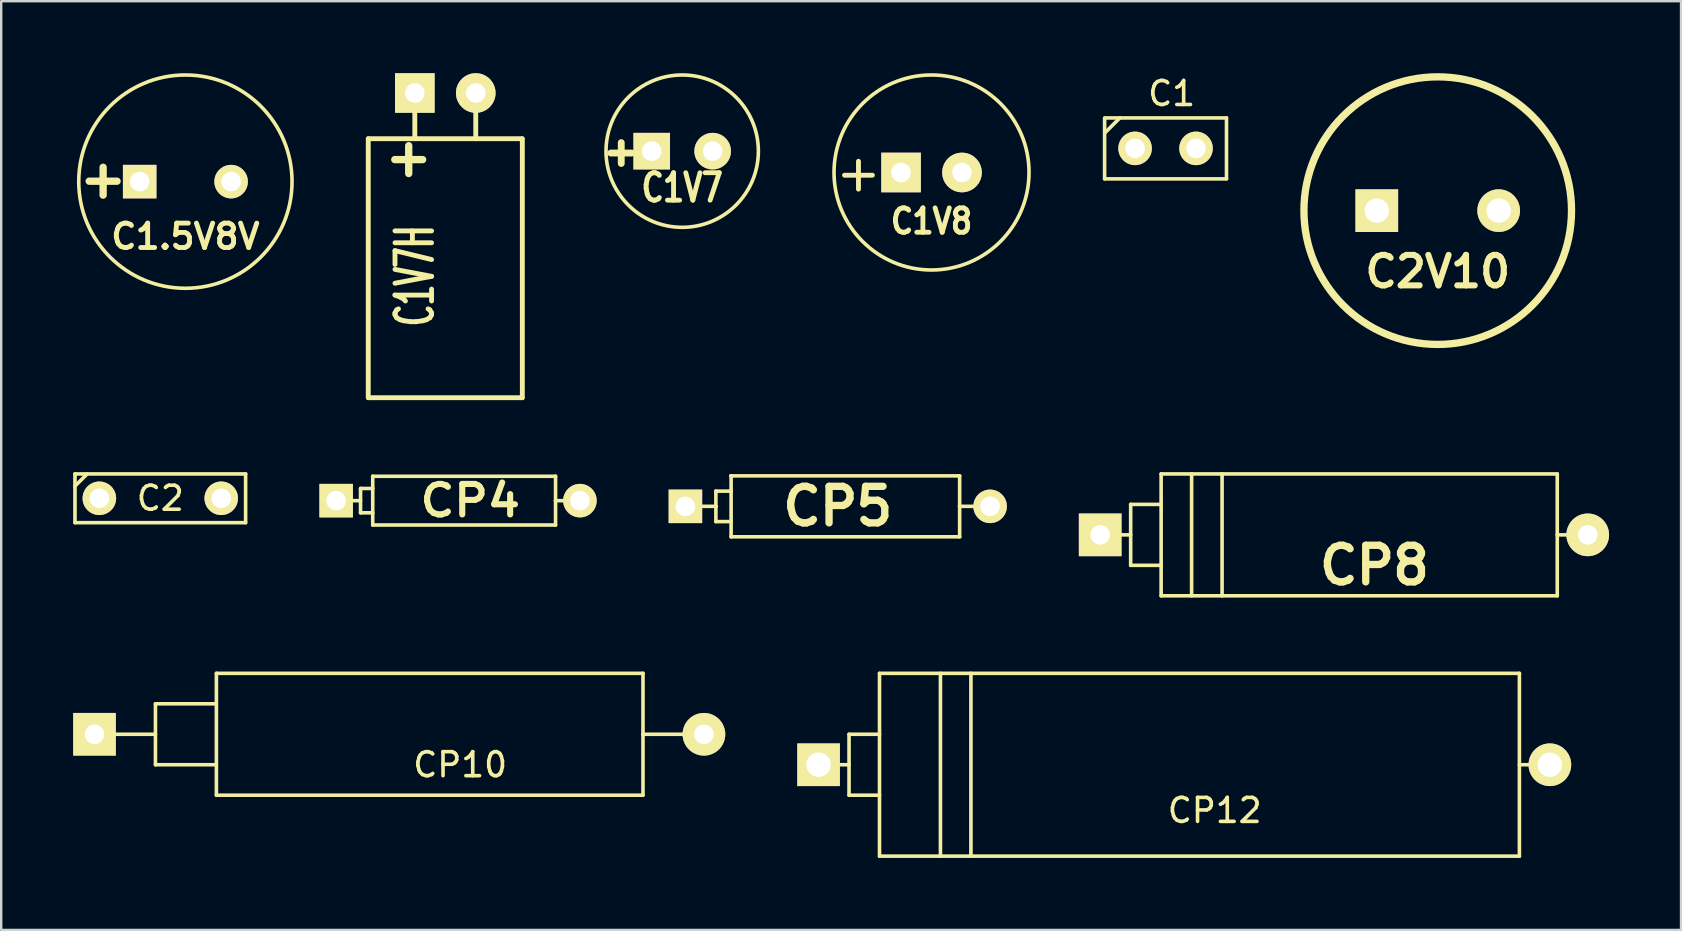
<source format=kicad_pcb>
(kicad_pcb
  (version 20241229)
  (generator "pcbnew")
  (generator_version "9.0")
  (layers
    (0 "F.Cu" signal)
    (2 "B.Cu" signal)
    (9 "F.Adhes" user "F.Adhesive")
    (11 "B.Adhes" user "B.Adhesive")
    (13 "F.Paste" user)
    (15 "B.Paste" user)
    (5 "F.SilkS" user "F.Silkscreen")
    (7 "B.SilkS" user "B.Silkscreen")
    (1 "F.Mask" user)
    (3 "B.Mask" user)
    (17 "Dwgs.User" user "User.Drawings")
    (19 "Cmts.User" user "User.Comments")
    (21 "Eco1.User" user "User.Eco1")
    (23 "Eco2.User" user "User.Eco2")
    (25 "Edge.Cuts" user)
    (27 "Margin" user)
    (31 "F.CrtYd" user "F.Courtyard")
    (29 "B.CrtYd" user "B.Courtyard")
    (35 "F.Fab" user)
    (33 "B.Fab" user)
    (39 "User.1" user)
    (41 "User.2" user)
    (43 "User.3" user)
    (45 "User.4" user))
  (footprint "C2"
    (layer "F.Cu")
    (at 3.631 17.718)
    (property "Reference" "C2" (at 0 0 0) (layer "F.SilkS") (effects (font (size 1 1) (thickness 0.15))))
    (attr through_hole)
    (fp_line (start -3.556 -1.016) (end 3.556 -1.016) (stroke (width 0.15) (type solid)) (layer "F.SilkS"))
    (fp_line (start -3.556 -0.508) (end -3.048 -1.016) (stroke (width 0.15) (type solid)) (layer "F.SilkS"))
    (fp_line (start -3.556 1.016) (end -3.556 -1.016) (stroke (width 0.15) (type solid)) (layer "F.SilkS"))
    (fp_line (start 3.556 -1.016) (end 3.556 1.016) (stroke (width 0.15) (type solid)) (layer "F.SilkS"))
    (fp_line (start 3.556 1.016) (end -3.556 1.016) (stroke (width 0.15) (type solid)) (layer "F.SilkS"))
    (pad "1" thru_hole circle (at -2.54 0) (size 1.397 1.397) (drill 0.813) (layers "*.Cu" "*.Mask" "F.SilkS"))
    (pad "2" thru_hole circle (at 2.54 0) (size 1.397 1.397) (drill 0.813) (layers "*.Cu" "*.Mask" "F.SilkS")))
  (footprint "CP5"
    (layer "F.Cu")
    (at 31.867 18.054)
    (property "Reference" "CP5" (at 0 0 0) (layer "F.SilkS") (effects (font (size 1.524 1.524) (thickness 0.305))))
    (attr through_hole)
    (fp_line (start -6.35 0) (end -6.35 0) (stroke (width 0.15) (type solid)) (layer "F.SilkS"))
    (fp_line (start -6.35 0) (end -5.08 0) (stroke (width 0.15) (type solid)) (layer "F.SilkS"))
    (fp_line (start -5.08 -0.635) (end -5.08 0.635) (stroke (width 0.15) (type solid)) (layer "F.SilkS"))
    (fp_line (start -5.08 0) (end -5.08 0) (stroke (width 0.15) (type solid)) (layer "F.SilkS"))
    (fp_line (start -5.08 0) (end -5.08 0) (stroke (width 0.15) (type solid)) (layer "F.SilkS"))
    (fp_line (start -5.08 0.635) (end -4.445 0.635) (stroke (width 0.15) (type solid)) (layer "F.SilkS"))
    (fp_line (start -4.445 -1.27) (end -4.445 -1.27) (stroke (width 0.15) (type solid)) (layer "F.SilkS"))
    (fp_line (start -4.445 -1.27) (end -4.445 -1.27) (stroke (width 0.15) (type solid)) (layer "F.SilkS"))
    (fp_line (start -4.445 -1.27) (end -4.445 -1.27) (stroke (width 0.15) (type solid)) (layer "F.SilkS"))
    (fp_line (start -4.445 -1.27) (end 5.08 -1.27) (stroke (width 0.15) (type solid)) (layer "F.SilkS"))
    (fp_line (start -4.445 -0.635) (end -5.08 -0.635) (stroke (width 0.15) (type solid)) (layer "F.SilkS"))
    (fp_line (start -4.445 -0.635) (end -4.445 -0.635) (stroke (width 0.15) (type solid)) (layer "F.SilkS"))
    (fp_line (start -4.445 1.27) (end -4.445 -1.27) (stroke (width 0.15) (type solid)) (layer "F.SilkS"))
    (fp_line (start 5.08 -1.27) (end 5.08 1.27) (stroke (width 0.15) (type solid)) (layer "F.SilkS"))
    (fp_line (start 5.08 0) (end 5.08 0) (stroke (width 0.15) (type solid)) (layer "F.SilkS"))
    (fp_line (start 5.08 0) (end 5.08 0) (stroke (width 0.15) (type solid)) (layer "F.SilkS"))
    (fp_line (start 5.08 0) (end 6.35 0) (stroke (width 0.15) (type solid)) (layer "F.SilkS"))
    (fp_line (start 5.08 1.27) (end -4.445 1.27) (stroke (width 0.15) (type solid)) (layer "F.SilkS"))
    (fp_line (start 6.35 0) (end 6.35 0) (stroke (width 0.15) (type solid)) (layer "F.SilkS"))
    (fp_line (start 6.35 0) (end 6.35 0) (stroke (width 0.15) (type solid)) (layer "F.SilkS"))
    (fp_line (start 6.35 0) (end 6.35 0) (stroke (width 0.15) (type solid)) (layer "F.SilkS"))
    (pad "1" thru_hole rect (at -6.35 0) (size 1.397 1.397) (drill 0.813) (layers "*.Cu" "*.Mask" "F.SilkS"))
    (pad "2" thru_hole circle (at 6.35 0) (size 1.397 1.397) (drill 0.813) (layers "*.Cu" "*.Mask" "F.SilkS")))
  (footprint "CP8"
    (layer "F.Cu")
    (at 52.965 19.242)
    (property "Reference" "CP8" (at 1.27 1.27 0) (layer "F.SilkS") (effects (font (size 1.524 1.524) (thickness 0.305))))
    (attr through_hole)
    (fp_line (start -10.16 0) (end -8.89 0) (stroke (width 0.15) (type solid)) (layer "F.SilkS"))
    (fp_line (start -8.89 -1.27) (end -7.62 -1.27) (stroke (width 0.15) (type solid)) (layer "F.SilkS"))
    (fp_line (start -8.89 1.27) (end -8.89 -1.27) (stroke (width 0.15) (type solid)) (layer "F.SilkS"))
    (fp_line (start -7.62 -2.54) (end 8.89 -2.54) (stroke (width 0.15) (type solid)) (layer "F.SilkS"))
    (fp_line (start -7.62 1.27) (end -8.89 1.27) (stroke (width 0.15) (type solid)) (layer "F.SilkS"))
    (fp_line (start -7.62 2.54) (end -7.62 -2.54) (stroke (width 0.15) (type solid)) (layer "F.SilkS"))
    (fp_line (start -6.35 2.54) (end -6.35 -2.54) (stroke (width 0.15) (type solid)) (layer "F.SilkS"))
    (fp_line (start -5.08 -2.54) (end -5.08 2.54) (stroke (width 0.15) (type solid)) (layer "F.SilkS"))
    (fp_line (start 8.89 -2.54) (end 8.89 2.54) (stroke (width 0.15) (type solid)) (layer "F.SilkS"))
    (fp_line (start 8.89 0) (end 10.16 0) (stroke (width 0.15) (type solid)) (layer "F.SilkS"))
    (fp_line (start 8.89 2.54) (end -7.62 2.54) (stroke (width 0.15) (type solid)) (layer "F.SilkS"))
    (pad "1" thru_hole rect (at -10.16 0) (size 1.778 1.778) (drill 0.813) (layers "*.Cu" "*.Mask" "F.SilkS"))
    (pad "2" thru_hole circle (at 10.16 0) (size 1.778 1.778) (drill 0.813) (layers "*.Cu" "*.Mask" "F.SilkS")))
  (footprint "C1.5V8V"
    (layer "F.Cu")
    (at 4.677 4.52)
    (property "Reference" "C1.5V8V" (at 0 2.286 0) (layer "F.SilkS") (effects (font (size 1.016 1.016) (thickness 0.203))))
    (attr through_hole)
    (fp_circle (center 0 0) (end 0 4.445) (stroke (width 0.15) (type solid)) (fill no) (layer "F.SilkS"))
    (fp_text user "+" (at -3.429 -0.127 0) (layer "F.SilkS") (effects (font (size 1.524 1.524) (thickness 0.305))))
    (pad "1" thru_hole rect (at -1.905 0) (size 1.397 1.397) (drill 0.813) (layers "*.Cu" "*.Mask" "F.SilkS"))
    (pad "2" thru_hole circle (at 1.905 0) (size 1.397 1.397) (drill 0.813) (layers "*.Cu" "*.Mask" "F.SilkS")))
  (footprint "C1V8"
    (layer "F.Cu")
    (at 35.775 4.139)
    (property "Reference" "C1V8" (at 0 2.032 0) (layer "F.SilkS") (effects (font (size 1.016 0.889) (thickness 0.203))))
    (attr through_hole)
    (fp_circle (center 0 0) (end 4.064 0) (stroke (width 0.15) (type solid)) (fill no) (layer "F.SilkS"))
    (fp_text user "+" (at -3.045 0 0) (layer "F.SilkS") (effects (font (size 1.524 1.524) (thickness 0.203))))
    (pad "1" thru_hole rect (at -1.27 0) (size 1.651 1.651) (drill 0.813) (layers "*.Cu" "*.Mask" "F.SilkS"))
    (pad "2" thru_hole circle (at 1.27 0) (size 1.651 1.651) (drill 0.813) (layers "*.Cu" "*.Mask" "F.SilkS")))
  (footprint "C2V10"
    (layer "F.Cu")
    (at 56.873 5.729)
    (property "Reference" "C2V10" (at 0 2.54 0) (layer "F.SilkS") (effects (font (size 1.27 1.27) (thickness 0.254))))
    (attr through_hole)
    (fp_circle (center 0 0) (end 4.826 -2.794) (stroke (width 0.305) (type solid)) (fill no) (layer "F.SilkS"))
    (pad "1" thru_hole rect (at -2.54 0) (size 1.778 1.778) (drill 1.016) (layers "*.Cu" "*.Mask" "F.SilkS"))
    (pad "2" thru_hole circle (at 2.54 0) (size 1.778 1.778) (drill 1.016) (layers "*.Cu" "*.Mask" "F.SilkS")))
  (footprint "C1V7H"
    (layer "F.Cu")
    (at 15.509 0.826)
    (property "Reference" "C1V7H" (at -1.267 7.62 90) (layer "F.SilkS") (effects (font (size 1.524 0.864) (thickness 0.203))))
    (attr through_hole)
    (fp_line (start -3.211 1.905) (end -3.211 12.7) (stroke (width 0.203) (type solid)) (layer "F.SilkS"))
    (fp_line (start -3.2 12.7) (end 3.2 12.7) (stroke (width 0.203) (type solid)) (layer "F.SilkS"))
    (fp_line (start -1.27 0) (end -1.27 1.905) (stroke (width 0.203) (type solid)) (layer "F.SilkS"))
    (fp_line (start 1.27 0) (end 1.27 1.905) (stroke (width 0.203) (type solid)) (layer "F.SilkS"))
    (fp_line (start 3.2 1.905) (end -3.2 1.905) (stroke (width 0.203) (type solid)) (layer "F.SilkS"))
    (fp_line (start 3.211 12.7) (end 3.211 1.905) (stroke (width 0.203) (type solid)) (layer "F.SilkS"))
    (fp_text user "+" (at -1.524 2.667 0) (layer "F.SilkS") (effects (font (size 1.524 1.524) (thickness 0.305))))
    (pad "1" thru_hole rect (at -1.27 0) (size 1.651 1.651) (drill 0.813) (layers "*.Cu" "*.Mask" "F.SilkS"))
    (pad "2" thru_hole circle (at 1.27 0) (size 1.651 1.651) (drill 0.813) (layers "*.Cu" "*.Mask" "F.SilkS")))
  (footprint "CP12"
    (layer "F.Cu")
    (at 46.307 28.824)
    (property "Reference" "CP12" (at 1.27 1.905 0) (layer "F.SilkS") (effects (font (size 1 1) (thickness 0.15))))
    (attr through_hole)
    (fp_line (start -15.24 0) (end -13.97 0) (stroke (width 0.15) (type solid)) (layer "F.SilkS"))
    (fp_line (start -13.97 -1.27) (end -12.7 -1.27) (stroke (width 0.15) (type solid)) (layer "F.SilkS"))
    (fp_line (start -13.97 1.27) (end -13.97 -1.27) (stroke (width 0.15) (type solid)) (layer "F.SilkS"))
    (fp_line (start -12.7 -3.81) (end -12.7 3.81) (stroke (width 0.15) (type solid)) (layer "F.SilkS"))
    (fp_line (start -12.7 -3.81) (end 13.97 -3.81) (stroke (width 0.15) (type solid)) (layer "F.SilkS"))
    (fp_line (start -12.7 1.27) (end -13.97 1.27) (stroke (width 0.15) (type solid)) (layer "F.SilkS"))
    (fp_line (start -10.16 -3.81) (end -10.16 3.81) (stroke (width 0.15) (type solid)) (layer "F.SilkS"))
    (fp_line (start -8.89 -3.81) (end -8.89 3.81) (stroke (width 0.15) (type solid)) (layer "F.SilkS"))
    (fp_line (start 13.97 -3.81) (end 13.97 3.81) (stroke (width 0.15) (type solid)) (layer "F.SilkS"))
    (fp_line (start 13.97 0) (end 15.24 0) (stroke (width 0.15) (type solid)) (layer "F.SilkS"))
    (fp_line (start 13.97 3.81) (end -12.7 3.81) (stroke (width 0.15) (type solid)) (layer "F.SilkS"))
    (pad "1" thru_hole rect (at -15.24 0) (size 1.778 1.778) (drill 1.016) (layers "*.Cu" "*.Mask" "F.SilkS"))
    (pad "2" thru_hole circle (at 15.24 0) (size 1.778 1.778) (drill 1.016) (layers "*.Cu" "*.Mask" "F.SilkS")))
  (footprint "CP10"
    (layer "F.Cu")
    (at 13.589 27.554)
    (property "Reference" "CP10" (at 2.54 1.27 0) (layer "F.SilkS") (effects (font (size 1 1) (thickness 0.15))))
    (attr through_hole)
    (fp_line (start -12.7 0) (end -10.16 0) (stroke (width 0.15) (type solid)) (layer "F.SilkS"))
    (fp_line (start -10.16 -1.27) (end -10.16 1.27) (stroke (width 0.15) (type solid)) (layer "F.SilkS"))
    (fp_line (start -10.16 1.27) (end -7.62 1.27) (stroke (width 0.15) (type solid)) (layer "F.SilkS"))
    (fp_line (start -7.62 -2.54) (end 10.16 -2.54) (stroke (width 0.15) (type solid)) (layer "F.SilkS"))
    (fp_line (start -7.62 -1.27) (end -10.16 -1.27) (stroke (width 0.15) (type solid)) (layer "F.SilkS"))
    (fp_line (start -7.62 2.54) (end -7.62 -2.54) (stroke (width 0.15) (type solid)) (layer "F.SilkS"))
    (fp_line (start 10.16 -2.54) (end 10.16 0) (stroke (width 0.15) (type solid)) (layer "F.SilkS"))
    (fp_line (start 10.16 0) (end 10.16 2.54) (stroke (width 0.15) (type solid)) (layer "F.SilkS"))
    (fp_line (start 10.16 2.54) (end -7.62 2.54) (stroke (width 0.15) (type solid)) (layer "F.SilkS"))
    (fp_line (start 12.7 0) (end 10.16 0) (stroke (width 0.15) (type solid)) (layer "F.SilkS"))
    (pad "1" thru_hole rect (at -12.7 0) (size 1.778 1.778) (drill 0.813) (layers "*.Cu" "*.Mask" "F.SilkS"))
    (pad "2" thru_hole circle (at 12.7 0) (size 1.778 1.778) (drill 0.813) (layers "*.Cu" "*.Mask" "F.SilkS")))
  (footprint "C1V7"
    (layer "F.Cu")
    (at 25.383 3.25)
    (property "Reference" "C1V7" (at 0 1.524 0) (layer "F.SilkS") (effects (font (size 1.143 0.889) (thickness 0.203))))
    (attr through_hole)
    (fp_circle (center 0 0) (end 3.175 0) (stroke (width 0.15) (type solid)) (fill no) (layer "F.SilkS"))
    (fp_text user "+" (at -2.54 0 0) (layer "F.SilkS") (effects (font (size 1.143 1.143) (thickness 0.305))))
    (pad "1" thru_hole rect (at -1.27 0) (size 1.524 1.524) (drill 0.813) (layers "*.Cu" "*.Mask" "F.SilkS"))
    (pad "2" thru_hole circle (at 1.27 0) (size 1.524 1.524) (drill 0.813) (layers "*.Cu" "*.Mask" "F.SilkS")))
  (footprint "CP4"
    (layer "F.Cu")
    (at 16.041 17.816)
    (property "Reference" "CP4" (at 0.508 0 0) (layer "F.SilkS") (effects (font (size 1.27 1.397) (thickness 0.254))))
    (attr through_hole)
    (fp_line (start -5.08 0) (end -4.064 0) (stroke (width 0.15) (type solid)) (layer "F.SilkS"))
    (fp_line (start -4.064 -0.508) (end -3.556 -0.508) (stroke (width 0.15) (type solid)) (layer "F.SilkS"))
    (fp_line (start -4.064 0.508) (end -4.064 -0.508) (stroke (width 0.15) (type solid)) (layer "F.SilkS"))
    (fp_line (start -3.556 -1.016) (end 4.064 -1.016) (stroke (width 0.15) (type solid)) (layer "F.SilkS"))
    (fp_line (start -3.556 0.508) (end -4.064 0.508) (stroke (width 0.15) (type solid)) (layer "F.SilkS"))
    (fp_line (start -3.556 1.016) (end -3.556 -1.016) (stroke (width 0.15) (type solid)) (layer "F.SilkS"))
    (fp_line (start 4.064 -1.016) (end 4.064 0) (stroke (width 0.15) (type solid)) (layer "F.SilkS"))
    (fp_line (start 4.064 0) (end 4.064 1.016) (stroke (width 0.15) (type solid)) (layer "F.SilkS"))
    (fp_line (start 4.064 1.016) (end -3.556 1.016) (stroke (width 0.15) (type solid)) (layer "F.SilkS"))
    (fp_line (start 5.08 0) (end 4.064 0) (stroke (width 0.15) (type solid)) (layer "F.SilkS"))
    (pad "1" thru_hole rect (at -5.08 0) (size 1.397 1.397) (drill 0.813) (layers "*.Cu" "*.Mask" "F.SilkS"))
    (pad "2" thru_hole circle (at 5.08 0) (size 1.397 1.397) (drill 0.813) (layers "*.Cu" "*.Mask" "F.SilkS")))
  (footprint "C1"
    (layer "F.Cu")
    (at 45.529 3.134)
    (property "Reference" "C1" (at 0.254 -2.286 0) (layer "F.SilkS") (effects (font (size 1 1) (thickness 0.15))))
    (attr through_hole)
    (fp_line (start -2.54 -0.635) (end -1.905 -1.27) (stroke (width 0.15) (type solid)) (layer "F.SilkS"))
    (fp_line (start -2.54 1.27) (end -2.54 -1.27) (stroke (width 0.15) (type solid)) (layer "F.SilkS"))
    (fp_line (start -2.489 -1.27) (end 2.54 -1.27) (stroke (width 0.15) (type solid)) (layer "F.SilkS"))
    (fp_line (start 2.54 -1.27) (end 2.54 1.27) (stroke (width 0.15) (type solid)) (layer "F.SilkS"))
    (fp_line (start 2.54 1.27) (end -2.54 1.27) (stroke (width 0.15) (type solid)) (layer "F.SilkS"))
    (pad "1" thru_hole circle (at -1.27 0) (size 1.397 1.397) (drill 0.813) (layers "*.Cu" "*.Mask" "F.SilkS"))
    (pad "2" thru_hole circle (at 1.27 0) (size 1.397 1.397) (drill 0.813) (layers "*.Cu" "*.Mask" "F.SilkS")))
  (gr_rect
    (start -3 -3)
    (end 67.014 35.709)
    (stroke (width 0.1) (type default))
    (fill no)
    (layer "Edge.Cuts")))
</source>
